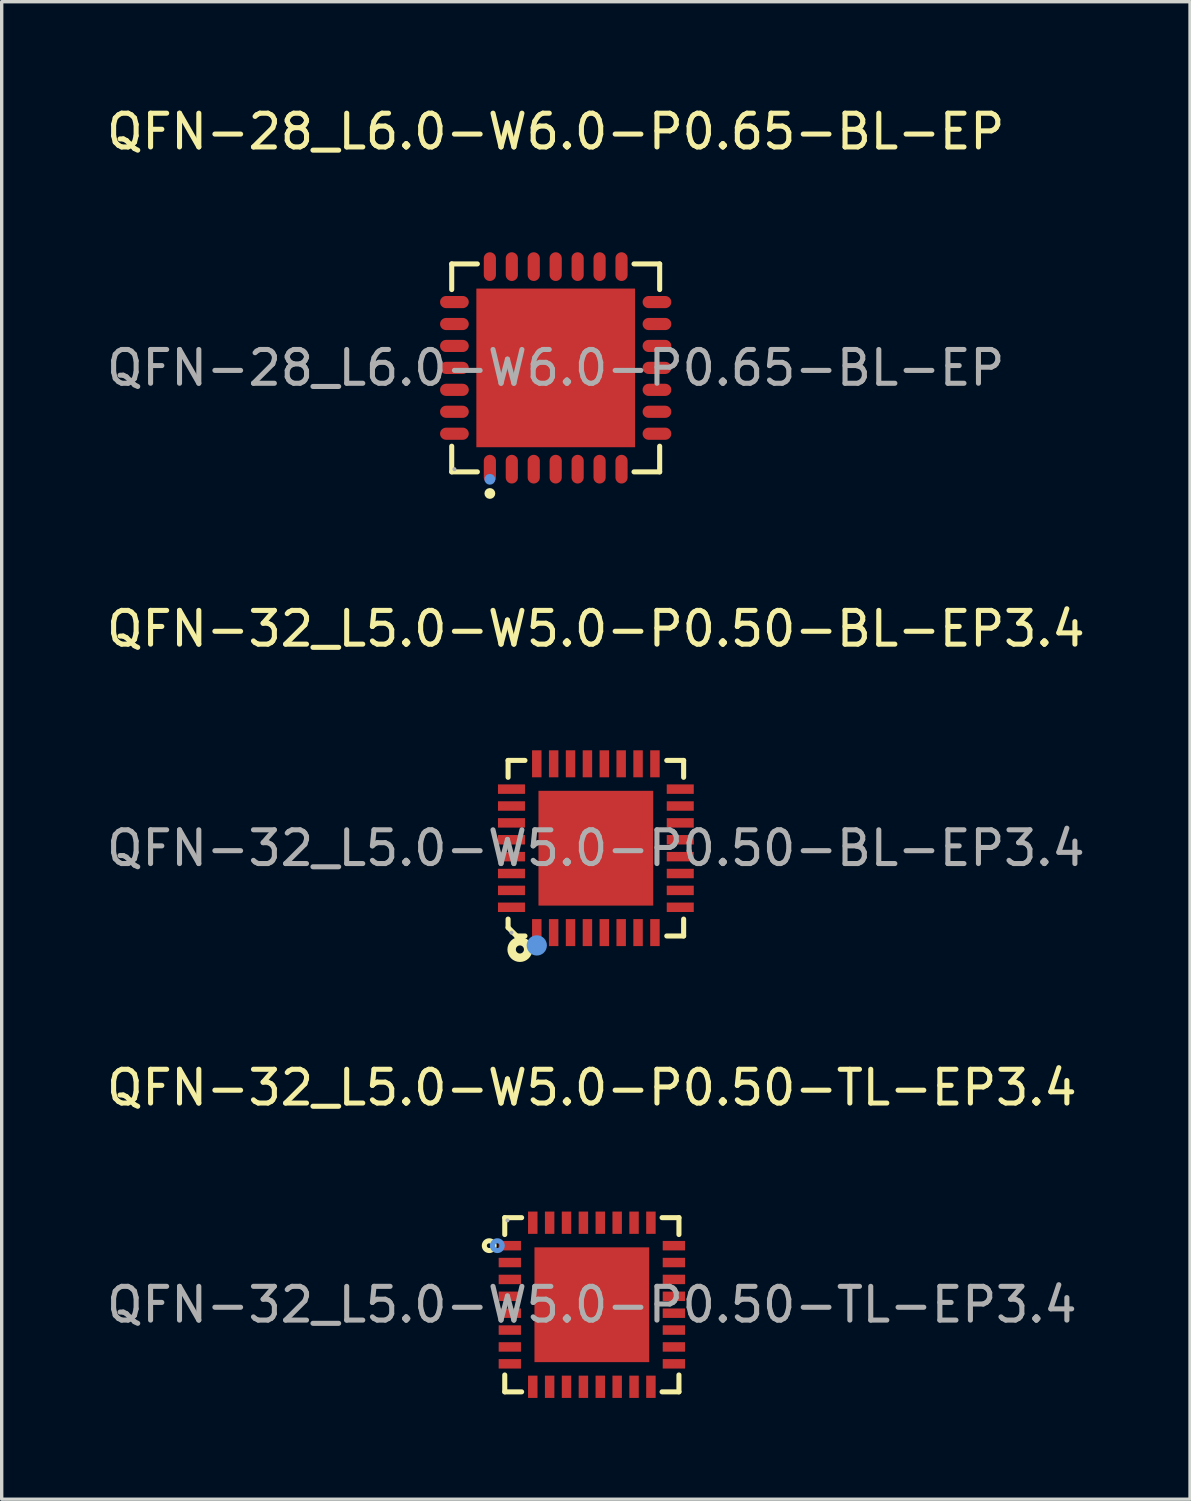
<source format=kicad_pcb>
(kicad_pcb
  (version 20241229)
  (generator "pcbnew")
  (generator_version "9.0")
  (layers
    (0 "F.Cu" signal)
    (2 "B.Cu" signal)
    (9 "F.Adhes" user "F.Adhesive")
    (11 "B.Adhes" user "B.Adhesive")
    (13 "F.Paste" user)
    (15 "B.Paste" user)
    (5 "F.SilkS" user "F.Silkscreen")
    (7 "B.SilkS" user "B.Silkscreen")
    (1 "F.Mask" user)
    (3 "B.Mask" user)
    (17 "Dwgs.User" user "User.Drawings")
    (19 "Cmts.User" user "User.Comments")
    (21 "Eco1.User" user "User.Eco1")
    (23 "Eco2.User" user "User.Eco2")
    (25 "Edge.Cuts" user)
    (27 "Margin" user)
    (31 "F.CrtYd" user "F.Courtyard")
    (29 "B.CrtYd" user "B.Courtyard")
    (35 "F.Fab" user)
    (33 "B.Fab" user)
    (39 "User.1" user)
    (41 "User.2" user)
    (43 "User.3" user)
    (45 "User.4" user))
  (footprint "QFN-28_L6.0-W6.0-P0.65-BL-EP"
    (layer "F.Cu")
    (at 13.411 7.848)
    (property "Reference" "QFN-28_L6.0-W6.0-P0.65-BL-EP" (at 0 -7 0) (layer "F.SilkS") (effects (font (size 1 1) (thickness 0.15))))
    (attr through_hole)
    (fp_line (start -3.08 -3.08) (end -2.32 -3.08) (stroke (width 0.15) (type solid)) (layer "F.SilkS"))
    (fp_line (start -3.08 -2.32) (end -3.08 -3.08) (stroke (width 0.15) (type solid)) (layer "F.SilkS"))
    (fp_line (start -3.08 2.32) (end -3.08 3.08) (stroke (width 0.15) (type solid)) (layer "F.SilkS"))
    (fp_line (start -3.08 3.08) (end -2.32 3.08) (stroke (width 0.15) (type solid)) (layer "F.SilkS"))
    (fp_line (start 3.08 -3.08) (end 2.32 -3.08) (stroke (width 0.15) (type solid)) (layer "F.SilkS"))
    (fp_line (start 3.08 -2.32) (end 3.08 -3.08) (stroke (width 0.15) (type solid)) (layer "F.SilkS"))
    (fp_line (start 3.08 2.32) (end 3.08 3.08) (stroke (width 0.15) (type solid)) (layer "F.SilkS"))
    (fp_line (start 3.08 3.08) (end 2.32 3.08) (stroke (width 0.15) (type solid)) (layer "F.SilkS"))
    (fp_circle (center -1.95 3.72) (end -1.87 3.72) (stroke (width 0.16) (type solid)) (fill no) (layer "F.SilkS"))
    (fp_circle (center -1.95 3.3) (end -1.87 3.3) (stroke (width 0.16) (type solid)) (fill no) (layer "Cmts.User"))
    (fp_circle (center -3 3) (end -2.97 3) (stroke (width 0.06) (type solid)) (fill no) (layer "F.Fab"))
    (fp_text user "${REFERENCE}" (at 0 0 0) (layer "F.Fab") (effects (font (size 1 1) (thickness 0.15))))
    (pad "1" smd oval (at -1.95 3) (size 0.36 0.85) (layers "F.Cu" "F.Mask" "F.Paste"))
    (pad "2" smd oval (at -1.3 3) (size 0.36 0.85) (layers "F.Cu" "F.Mask" "F.Paste"))
    (pad "3" smd oval (at -0.65 3) (size 0.36 0.85) (layers "F.Cu" "F.Mask" "F.Paste"))
    (pad "4" smd oval (at 0 3) (size 0.36 0.85) (layers "F.Cu" "F.Mask" "F.Paste"))
    (pad "5" smd oval (at 0.65 3) (size 0.36 0.85) (layers "F.Cu" "F.Mask" "F.Paste"))
    (pad "6" smd oval (at 1.3 3) (size 0.36 0.85) (layers "F.Cu" "F.Mask" "F.Paste"))
    (pad "7" smd oval (at 1.95 3) (size 0.36 0.85) (layers "F.Cu" "F.Mask" "F.Paste"))
    (pad "8" smd oval (at 3 1.95) (size 0.85 0.36) (layers "F.Cu" "F.Mask" "F.Paste"))
    (pad "9" smd oval (at 3 1.3) (size 0.85 0.36) (layers "F.Cu" "F.Mask" "F.Paste"))
    (pad "10" smd oval (at 3 0.65) (size 0.85 0.36) (layers "F.Cu" "F.Mask" "F.Paste"))
    (pad "11" smd oval (at 3 0) (size 0.85 0.36) (layers "F.Cu" "F.Mask" "F.Paste"))
    (pad "12" smd oval (at 3 -0.65) (size 0.85 0.36) (layers "F.Cu" "F.Mask" "F.Paste"))
    (pad "13" smd oval (at 3 -1.3) (size 0.85 0.36) (layers "F.Cu" "F.Mask" "F.Paste"))
    (pad "14" smd oval (at 3 -1.95) (size 0.85 0.36) (layers "F.Cu" "F.Mask" "F.Paste"))
    (pad "15" smd oval (at 1.95 -3) (size 0.36 0.85) (layers "F.Cu" "F.Mask" "F.Paste"))
    (pad "16" smd oval (at 1.3 -3) (size 0.36 0.85) (layers "F.Cu" "F.Mask" "F.Paste"))
    (pad "17" smd oval (at 0.65 -3) (size 0.36 0.85) (layers "F.Cu" "F.Mask" "F.Paste"))
    (pad "18" smd oval (at 0 -3) (size 0.36 0.85) (layers "F.Cu" "F.Mask" "F.Paste"))
    (pad "19" smd oval (at -0.65 -3) (size 0.36 0.85) (layers "F.Cu" "F.Mask" "F.Paste"))
    (pad "20" smd oval (at -1.3 -3) (size 0.36 0.85) (layers "F.Cu" "F.Mask" "F.Paste"))
    (pad "21" smd oval (at -1.95 -3) (size 0.36 0.85) (layers "F.Cu" "F.Mask" "F.Paste"))
    (pad "22" smd oval (at -3 -1.95) (size 0.85 0.36) (layers "F.Cu" "F.Mask" "F.Paste"))
    (pad "23" smd oval (at -3 -1.3) (size 0.85 0.36) (layers "F.Cu" "F.Mask" "F.Paste"))
    (pad "24" smd oval (at -3 -0.65) (size 0.85 0.36) (layers "F.Cu" "F.Mask" "F.Paste"))
    (pad "25" smd oval (at -3 0) (size 0.85 0.36) (layers "F.Cu" "F.Mask" "F.Paste"))
    (pad "26" smd oval (at -3 0.65) (size 0.85 0.36) (layers "F.Cu" "F.Mask" "F.Paste"))
    (pad "27" smd oval (at -3 1.3) (size 0.85 0.36) (layers "F.Cu" "F.Mask" "F.Paste"))
    (pad "28" smd oval (at -3 1.95) (size 0.85 0.36) (layers "F.Cu" "F.Mask" "F.Paste"))
    (pad "29" smd rect (at 0 0) (size 4.7 4.7) (layers "F.Cu" "F.Mask" "F.Paste")))
  (footprint "QFN-32_L5.0-W5.0-P0.50-TL-EP3.4"
    (layer "F.Cu")
    (at 14.482 35.6)
    (property "Reference" "QFN-32_L5.0-W5.0-P0.50-TL-EP3.4" (at 0 -6.43 0) (layer "F.SilkS") (effects (font (size 1 1) (thickness 0.15))))
    (attr through_hole)
    (fp_line (start -2.58 -2.58) (end -2.58 -2.08) (stroke (width 0.15) (type solid)) (layer "F.SilkS"))
    (fp_line (start -2.58 2.58) (end -2.58 2.08) (stroke (width 0.15) (type solid)) (layer "F.SilkS"))
    (fp_line (start -2.08 -2.58) (end -2.58 -2.58) (stroke (width 0.15) (type solid)) (layer "F.SilkS"))
    (fp_line (start -2.08 2.58) (end -2.58 2.58) (stroke (width 0.15) (type solid)) (layer "F.SilkS"))
    (fp_line (start 2.08 -2.58) (end 2.58 -2.58) (stroke (width 0.15) (type solid)) (layer "F.SilkS"))
    (fp_line (start 2.08 2.58) (end 2.58 2.58) (stroke (width 0.15) (type solid)) (layer "F.SilkS"))
    (fp_line (start 2.58 -2.58) (end 2.58 -2.08) (stroke (width 0.15) (type solid)) (layer "F.SilkS"))
    (fp_line (start 2.58 2.58) (end 2.58 2.08) (stroke (width 0.15) (type solid)) (layer "F.SilkS"))
    (fp_circle (center -3.04 -1.75) (end -2.97 -1.75) (stroke (width 0.15) (type solid)) (fill no) (layer "F.SilkS"))
    (fp_circle (center -2.8 -1.75) (end -2.73 -1.75) (stroke (width 0.15) (type solid)) (fill no) (layer "Cmts.User"))
    (fp_circle (center -2.5 -2.5) (end -2.47 -2.5) (stroke (width 0.06) (type solid)) (fill no) (layer "F.Fab"))
    (fp_text user "${REFERENCE}" (at 0 0 0) (layer "F.Fab") (effects (font (size 1 1) (thickness 0.15))))
    (pad "1" smd rect (at -2.43 -1.75) (size 0.66 0.28) (layers "F.Cu" "F.Mask" "F.Paste"))
    (pad "2" smd rect (at -2.43 -1.25) (size 0.66 0.28) (layers "F.Cu" "F.Mask" "F.Paste"))
    (pad "3" smd rect (at -2.43 -0.75) (size 0.66 0.28) (layers "F.Cu" "F.Mask" "F.Paste"))
    (pad "4" smd rect (at -2.43 -0.25) (size 0.66 0.28) (layers "F.Cu" "F.Mask" "F.Paste"))
    (pad "5" smd rect (at -2.43 0.25) (size 0.66 0.28) (layers "F.Cu" "F.Mask" "F.Paste"))
    (pad "6" smd rect (at -2.43 0.75) (size 0.66 0.28) (layers "F.Cu" "F.Mask" "F.Paste"))
    (pad "7" smd rect (at -2.43 1.25) (size 0.66 0.28) (layers "F.Cu" "F.Mask" "F.Paste"))
    (pad "8" smd rect (at -2.43 1.75) (size 0.66 0.28) (layers "F.Cu" "F.Mask" "F.Paste"))
    (pad "9" smd rect (at -1.75 2.43) (size 0.28 0.66) (layers "F.Cu" "F.Mask" "F.Paste"))
    (pad "10" smd rect (at -1.25 2.43) (size 0.28 0.66) (layers "F.Cu" "F.Mask" "F.Paste"))
    (pad "11" smd rect (at -0.75 2.43) (size 0.28 0.66) (layers "F.Cu" "F.Mask" "F.Paste"))
    (pad "12" smd rect (at -0.25 2.43) (size 0.28 0.66) (layers "F.Cu" "F.Mask" "F.Paste"))
    (pad "13" smd rect (at 0.25 2.43) (size 0.28 0.66) (layers "F.Cu" "F.Mask" "F.Paste"))
    (pad "14" smd rect (at 0.75 2.43) (size 0.28 0.66) (layers "F.Cu" "F.Mask" "F.Paste"))
    (pad "15" smd rect (at 1.25 2.43) (size 0.28 0.66) (layers "F.Cu" "F.Mask" "F.Paste"))
    (pad "16" smd rect (at 1.75 2.43) (size 0.28 0.66) (layers "F.Cu" "F.Mask" "F.Paste"))
    (pad "17" smd rect (at 2.43 1.75) (size 0.66 0.28) (layers "F.Cu" "F.Mask" "F.Paste"))
    (pad "18" smd rect (at 2.43 1.25) (size 0.66 0.28) (layers "F.Cu" "F.Mask" "F.Paste"))
    (pad "19" smd rect (at 2.43 0.75) (size 0.66 0.28) (layers "F.Cu" "F.Mask" "F.Paste"))
    (pad "20" smd rect (at 2.43 0.25) (size 0.66 0.28) (layers "F.Cu" "F.Mask" "F.Paste"))
    (pad "21" smd rect (at 2.43 -0.25) (size 0.66 0.28) (layers "F.Cu" "F.Mask" "F.Paste"))
    (pad "22" smd rect (at 2.43 -0.75) (size 0.66 0.28) (layers "F.Cu" "F.Mask" "F.Paste"))
    (pad "23" smd rect (at 2.43 -1.25) (size 0.66 0.28) (layers "F.Cu" "F.Mask" "F.Paste"))
    (pad "24" smd rect (at 2.43 -1.75) (size 0.66 0.28) (layers "F.Cu" "F.Mask" "F.Paste"))
    (pad "25" smd rect (at 1.75 -2.43) (size 0.28 0.66) (layers "F.Cu" "F.Mask" "F.Paste"))
    (pad "26" smd rect (at 1.25 -2.43) (size 0.28 0.66) (layers "F.Cu" "F.Mask" "F.Paste"))
    (pad "27" smd rect (at 0.75 -2.43) (size 0.28 0.66) (layers "F.Cu" "F.Mask" "F.Paste"))
    (pad "28" smd rect (at 0.25 -2.43) (size 0.28 0.66) (layers "F.Cu" "F.Mask" "F.Paste"))
    (pad "29" smd rect (at -0.25 -2.43) (size 0.28 0.66) (layers "F.Cu" "F.Mask" "F.Paste"))
    (pad "30" smd rect (at -0.75 -2.43) (size 0.28 0.66) (layers "F.Cu" "F.Mask" "F.Paste"))
    (pad "31" smd rect (at -1.25 -2.43) (size 0.28 0.66) (layers "F.Cu" "F.Mask" "F.Paste"))
    (pad "32" smd rect (at -1.75 -2.43) (size 0.28 0.66) (layers "F.Cu" "F.Mask" "F.Paste"))
    (pad "33" smd rect (at 0 0) (size 3.4 3.4) (layers "F.Cu" "F.Mask" "F.Paste")))
  (footprint "QFN-32_L5.0-W5.0-P0.50-BL-EP3.4"
    (layer "F.Cu")
    (at 14.601 22.076)
    (property "Reference" "QFN-32_L5.0-W5.0-P0.50-BL-EP3.4" (at 0 -6.5 0) (layer "F.SilkS") (effects (font (size 1 1) (thickness 0.15))))
    (attr through_hole)
    (fp_line (start -2.6 -2.6) (end -2.6 -2.1) (stroke (width 0.15) (type solid)) (layer "F.SilkS"))
    (fp_line (start -2.6 -2.6) (end -2.1 -2.6) (stroke (width 0.15) (type solid)) (layer "F.SilkS"))
    (fp_line (start -2.6 2.1) (end -2.6 2.35) (stroke (width 0.15) (type solid)) (layer "F.SilkS"))
    (fp_line (start -2.6 2.35) (end -2.35 2.6) (stroke (width 0.15) (type solid)) (layer "F.SilkS"))
    (fp_line (start -2.35 2.6) (end -2.1 2.6) (stroke (width 0.15) (type solid)) (layer "F.SilkS"))
    (fp_line (start 2.6 -2.6) (end 2.1 -2.6) (stroke (width 0.15) (type solid)) (layer "F.SilkS"))
    (fp_line (start 2.6 -2.6) (end 2.6 -2.1) (stroke (width 0.15) (type solid)) (layer "F.SilkS"))
    (fp_line (start 2.6 2.6) (end 2.1 2.6) (stroke (width 0.15) (type solid)) (layer "F.SilkS"))
    (fp_line (start 2.6 2.6) (end 2.6 2.1) (stroke (width 0.15) (type solid)) (layer "F.SilkS"))
    (fp_circle (center -2.25 3) (end -2.13 3) (stroke (width 0.25) (type solid)) (fill no) (layer "F.SilkS"))
    (fp_circle (center -1.75 2.88) (end -1.6 2.88) (stroke (width 0.3) (type solid)) (fill no) (layer "Cmts.User"))
    (fp_circle (center -2.5 2.5) (end -2.47 2.5) (stroke (width 0.06) (type solid)) (fill no) (layer "F.Fab"))
    (fp_text user "${REFERENCE}" (at 0 0 0) (layer "F.Fab") (effects (font (size 1 1) (thickness 0.15))))
    (pad "1" smd rect (at -1.75 2.5) (size 0.28 0.8) (layers "F.Cu" "F.Mask" "F.Paste"))
    (pad "2" smd rect (at -1.25 2.5) (size 0.28 0.8) (layers "F.Cu" "F.Mask" "F.Paste"))
    (pad "3" smd rect (at -0.75 2.5) (size 0.28 0.8) (layers "F.Cu" "F.Mask" "F.Paste"))
    (pad "4" smd rect (at -0.25 2.5) (size 0.28 0.8) (layers "F.Cu" "F.Mask" "F.Paste"))
    (pad "5" smd rect (at 0.25 2.5) (size 0.28 0.8) (layers "F.Cu" "F.Mask" "F.Paste"))
    (pad "6" smd rect (at 0.75 2.5) (size 0.28 0.8) (layers "F.Cu" "F.Mask" "F.Paste"))
    (pad "7" smd rect (at 1.25 2.5) (size 0.28 0.8) (layers "F.Cu" "F.Mask" "F.Paste"))
    (pad "8" smd rect (at 1.75 2.5) (size 0.28 0.8) (layers "F.Cu" "F.Mask" "F.Paste"))
    (pad "9" smd rect (at 2.5 1.75) (size 0.8 0.28) (layers "F.Cu" "F.Mask" "F.Paste"))
    (pad "10" smd rect (at 2.5 1.25) (size 0.8 0.28) (layers "F.Cu" "F.Mask" "F.Paste"))
    (pad "11" smd rect (at 2.5 0.75) (size 0.8 0.28) (layers "F.Cu" "F.Mask" "F.Paste"))
    (pad "12" smd rect (at 2.5 0.25) (size 0.8 0.28) (layers "F.Cu" "F.Mask" "F.Paste"))
    (pad "13" smd rect (at 2.5 -0.25) (size 0.8 0.28) (layers "F.Cu" "F.Mask" "F.Paste"))
    (pad "14" smd rect (at 2.5 -0.75) (size 0.8 0.28) (layers "F.Cu" "F.Mask" "F.Paste"))
    (pad "15" smd rect (at 2.5 -1.25) (size 0.8 0.28) (layers "F.Cu" "F.Mask" "F.Paste"))
    (pad "16" smd rect (at 2.5 -1.75) (size 0.8 0.28) (layers "F.Cu" "F.Mask" "F.Paste"))
    (pad "17" smd rect (at 1.75 -2.5) (size 0.28 0.8) (layers "F.Cu" "F.Mask" "F.Paste"))
    (pad "18" smd rect (at 1.25 -2.5) (size 0.28 0.8) (layers "F.Cu" "F.Mask" "F.Paste"))
    (pad "19" smd rect (at 0.75 -2.5) (size 0.28 0.8) (layers "F.Cu" "F.Mask" "F.Paste"))
    (pad "20" smd rect (at 0.25 -2.5) (size 0.28 0.8) (layers "F.Cu" "F.Mask" "F.Paste"))
    (pad "21" smd rect (at -0.25 -2.5) (size 0.28 0.8) (layers "F.Cu" "F.Mask" "F.Paste"))
    (pad "22" smd rect (at -0.75 -2.5) (size 0.28 0.8) (layers "F.Cu" "F.Mask" "F.Paste"))
    (pad "23" smd rect (at -1.25 -2.5) (size 0.28 0.8) (layers "F.Cu" "F.Mask" "F.Paste"))
    (pad "24" smd rect (at -1.75 -2.5) (size 0.28 0.8) (layers "F.Cu" "F.Mask" "F.Paste"))
    (pad "25" smd rect (at -2.5 -1.75) (size 0.8 0.28) (layers "F.Cu" "F.Mask" "F.Paste"))
    (pad "26" smd rect (at -2.5 -1.25) (size 0.8 0.28) (layers "F.Cu" "F.Mask" "F.Paste"))
    (pad "27" smd rect (at -2.5 -0.75) (size 0.8 0.28) (layers "F.Cu" "F.Mask" "F.Paste"))
    (pad "28" smd rect (at -2.5 -0.25) (size 0.8 0.28) (layers "F.Cu" "F.Mask" "F.Paste"))
    (pad "29" smd rect (at -2.5 0.25) (size 0.8 0.28) (layers "F.Cu" "F.Mask" "F.Paste"))
    (pad "30" smd rect (at -2.5 0.75) (size 0.8 0.28) (layers "F.Cu" "F.Mask" "F.Paste"))
    (pad "31" smd rect (at -2.5 1.25) (size 0.8 0.28) (layers "F.Cu" "F.Mask" "F.Paste"))
    (pad "32" smd rect (at -2.5 1.75) (size 0.8 0.28) (layers "F.Cu" "F.Mask" "F.Paste"))
    (pad "33" smd rect (at 0 0 180) (size 3.4 3.4) (layers "F.Cu" "F.Mask" "F.Paste")))
  (gr_rect
    (start -3 -3)
    (end 32.202 41.36)
    (stroke (width 0.1) (type default))
    (fill no)
    (layer "Edge.Cuts")))
</source>
